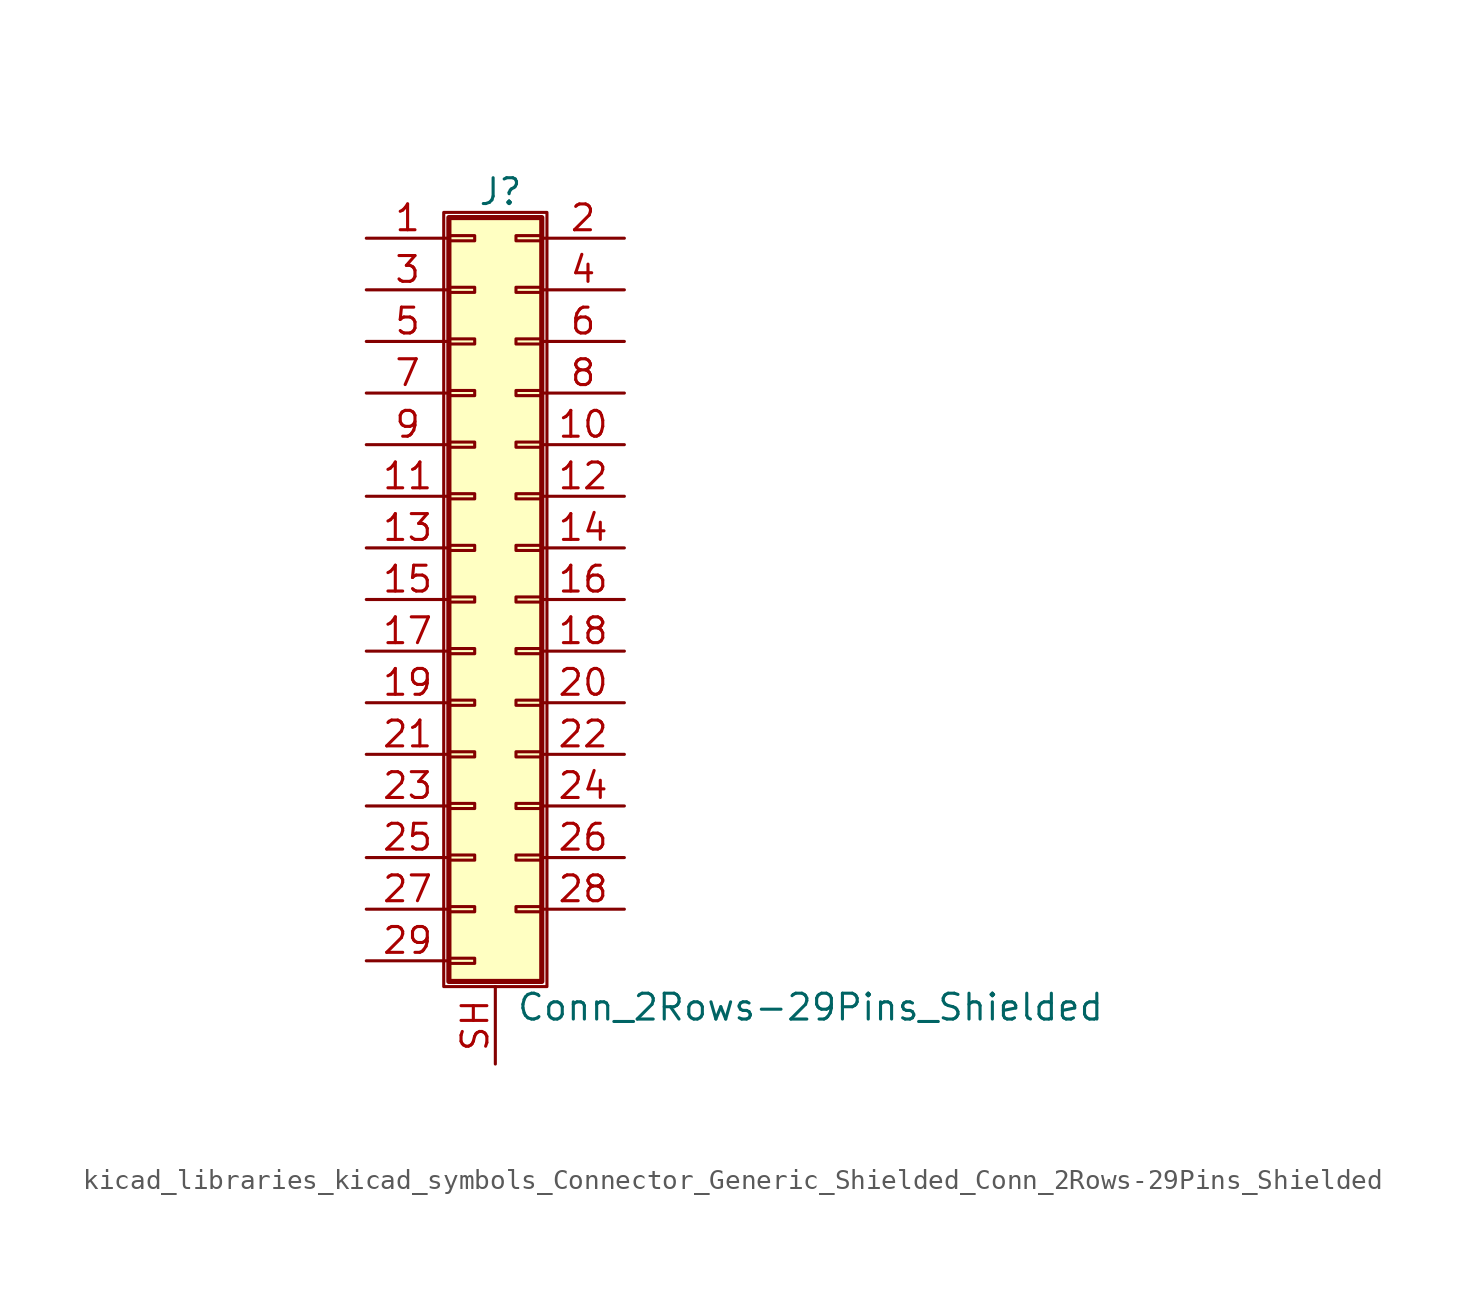
<source format=kicad_sym>
(kicad_symbol_lib
  (version 20220914)
  (generator kicad_symbol_editor)
  (symbol "kicad_libraries_kicad_symbols_Connector_Generic_Shielded_Conn_2Rows-29Pins_Shielded"
    (pin_names
      (offset 1.016) hide)
    (property "Reference" "J"
      (at 1.524 20.066 0)
      (effects (font (size 1.27 1.27))))
    (property "Value" "Conn_2Rows-29Pins_Shielded"
      (at 2.286 -20.066 0)
      (effects (font (size 1.27 1.27)) (justify left)))
    (symbol "kicad_libraries_kicad_symbols_Connector_Generic_Shielded_Conn_2Rows-29Pins_Shielded_1_1"
      (rectangle (start -1.27 19.05) (end 3.81 -19.05) (stroke (width 0.152) (type default)) (fill (type none)))
      (rectangle (start -1.016 -17.653) (end 0.254 -17.907) (stroke (width 0.152) (type default)) (fill (type none)))
      (rectangle (start -1.016 -15.113) (end 0.254 -15.367) (stroke (width 0.152) (type default)) (fill (type none)))
      (rectangle (start -1.016 -12.573) (end 0.254 -12.827) (stroke (width 0.152) (type default)) (fill (type none)))
      (rectangle (start -1.016 -10.033) (end 0.254 -10.287) (stroke (width 0.152) (type default)) (fill (type none)))
      (rectangle (start -1.016 -7.493) (end 0.254 -7.747) (stroke (width 0.152) (type default)) (fill (type none)))
      (rectangle (start -1.016 -4.953) (end 0.254 -5.207) (stroke (width 0.152) (type default)) (fill (type none)))
      (rectangle (start -1.016 -2.413) (end 0.254 -2.667) (stroke (width 0.152) (type default)) (fill (type none)))
      (rectangle (start -1.016 0.127) (end 0.254 -0.127) (stroke (width 0.152) (type default)) (fill (type none)))
      (rectangle (start -1.016 2.667) (end 0.254 2.413) (stroke (width 0.152) (type default)) (fill (type none)))
      (rectangle (start -1.016 5.207) (end 0.254 4.953) (stroke (width 0.152) (type default)) (fill (type none)))
      (rectangle (start -1.016 7.747) (end 0.254 7.493) (stroke (width 0.152) (type default)) (fill (type none)))
      (rectangle (start -1.016 10.287) (end 0.254 10.033) (stroke (width 0.152) (type default)) (fill (type none)))
      (rectangle (start -1.016 12.827) (end 0.254 12.573) (stroke (width 0.152) (type default)) (fill (type none)))
      (rectangle (start -1.016 15.367) (end 0.254 15.113) (stroke (width 0.152) (type default)) (fill (type none)))
      (rectangle (start -1.016 17.907) (end 0.254 17.653) (stroke (width 0.152) (type default)) (fill (type none)))
      (rectangle (start -1.016 18.796) (end 3.556 -18.796) (stroke (width 0.254) (type default)) (fill (type background)))
      (rectangle (start 3.556 -15.113) (end 2.286 -15.367) (stroke (width 0.152) (type default)) (fill (type none)))
      (rectangle (start 3.556 -12.573) (end 2.286 -12.827) (stroke (width 0.152) (type default)) (fill (type none)))
      (rectangle (start 3.556 -10.033) (end 2.286 -10.287) (stroke (width 0.152) (type default)) (fill (type none)))
      (rectangle (start 3.556 -7.493) (end 2.286 -7.747) (stroke (width 0.152) (type default)) (fill (type none)))
      (rectangle (start 3.556 -4.953) (end 2.286 -5.207) (stroke (width 0.152) (type default)) (fill (type none)))
      (rectangle (start 3.556 -2.413) (end 2.286 -2.667) (stroke (width 0.152) (type default)) (fill (type none)))
      (rectangle (start 3.556 0.127) (end 2.286 -0.127) (stroke (width 0.152) (type default)) (fill (type none)))
      (rectangle (start 3.556 2.667) (end 2.286 2.413) (stroke (width 0.152) (type default)) (fill (type none)))
      (rectangle (start 3.556 5.207) (end 2.286 4.953) (stroke (width 0.152) (type default)) (fill (type none)))
      (rectangle (start 3.556 7.747) (end 2.286 7.493) (stroke (width 0.152) (type default)) (fill (type none)))
      (rectangle (start 3.556 10.287) (end 2.286 10.033) (stroke (width 0.152) (type default)) (fill (type none)))
      (rectangle (start 3.556 12.827) (end 2.286 12.573) (stroke (width 0.152) (type default)) (fill (type none)))
      (rectangle (start 3.556 15.367) (end 2.286 15.113) (stroke (width 0.152) (type default)) (fill (type none)))
      (rectangle (start 3.556 17.907) (end 2.286 17.653) (stroke (width 0.152) (type default)) (fill (type none)))
      (pin passive line (at -5.08 17.78 0) (length 4.064) (name "Pin_1" (effects (font (size 1.27 1.27)))) (number "1" (effects (font (size 1.27 1.27)))))
      (pin passive line (at 7.62 7.62 180) (length 4.064) (name "Pin_10" (effects (font (size 1.27 1.27)))) (number "10" (effects (font (size 1.27 1.27)))))
      (pin passive line (at -5.08 5.08 0) (length 4.064) (name "Pin_11" (effects (font (size 1.27 1.27)))) (number "11" (effects (font (size 1.27 1.27)))))
      (pin passive line (at 7.62 5.08 180) (length 4.064) (name "Pin_12" (effects (font (size 1.27 1.27)))) (number "12" (effects (font (size 1.27 1.27)))))
      (pin passive line (at -5.08 2.54 0) (length 4.064) (name "Pin_13" (effects (font (size 1.27 1.27)))) (number "13" (effects (font (size 1.27 1.27)))))
      (pin passive line (at 7.62 2.54 180) (length 4.064) (name "Pin_14" (effects (font (size 1.27 1.27)))) (number "14" (effects (font (size 1.27 1.27)))))
      (pin passive line (at -5.08 0 0) (length 4.064) (name "Pin_15" (effects (font (size 1.27 1.27)))) (number "15" (effects (font (size 1.27 1.27)))))
      (pin passive line (at 7.62 0 180) (length 4.064) (name "Pin_16" (effects (font (size 1.27 1.27)))) (number "16" (effects (font (size 1.27 1.27)))))
      (pin passive line (at -5.08 -2.54 0) (length 4.064) (name "Pin_17" (effects (font (size 1.27 1.27)))) (number "17" (effects (font (size 1.27 1.27)))))
      (pin passive line (at 7.62 -2.54 180) (length 4.064) (name "Pin_18" (effects (font (size 1.27 1.27)))) (number "18" (effects (font (size 1.27 1.27)))))
      (pin passive line (at -5.08 -5.08 0) (length 4.064) (name "Pin_19" (effects (font (size 1.27 1.27)))) (number "19" (effects (font (size 1.27 1.27)))))
      (pin passive line (at 7.62 17.78 180) (length 4.064) (name "Pin_2" (effects (font (size 1.27 1.27)))) (number "2" (effects (font (size 1.27 1.27)))))
      (pin passive line (at 7.62 -5.08 180) (length 4.064) (name "Pin_20" (effects (font (size 1.27 1.27)))) (number "20" (effects (font (size 1.27 1.27)))))
      (pin passive line (at -5.08 -7.62 0) (length 4.064) (name "Pin_21" (effects (font (size 1.27 1.27)))) (number "21" (effects (font (size 1.27 1.27)))))
      (pin passive line (at 7.62 -7.62 180) (length 4.064) (name "Pin_22" (effects (font (size 1.27 1.27)))) (number "22" (effects (font (size 1.27 1.27)))))
      (pin passive line (at -5.08 -10.16 0) (length 4.064) (name "Pin_23" (effects (font (size 1.27 1.27)))) (number "23" (effects (font (size 1.27 1.27)))))
      (pin passive line (at 7.62 -10.16 180) (length 4.064) (name "Pin_24" (effects (font (size 1.27 1.27)))) (number "24" (effects (font (size 1.27 1.27)))))
      (pin passive line (at -5.08 -12.7 0) (length 4.064) (name "Pin_25" (effects (font (size 1.27 1.27)))) (number "25" (effects (font (size 1.27 1.27)))))
      (pin passive line (at 7.62 -12.7 180) (length 4.064) (name "Pin_26" (effects (font (size 1.27 1.27)))) (number "26" (effects (font (size 1.27 1.27)))))
      (pin passive line (at -5.08 -15.24 0) (length 4.064) (name "Pin_27" (effects (font (size 1.27 1.27)))) (number "27" (effects (font (size 1.27 1.27)))))
      (pin passive line (at 7.62 -15.24 180) (length 4.064) (name "Pin_28" (effects (font (size 1.27 1.27)))) (number "28" (effects (font (size 1.27 1.27)))))
      (pin passive line (at -5.08 -17.78 0) (length 4.064) (name "Pin_29" (effects (font (size 1.27 1.27)))) (number "29" (effects (font (size 1.27 1.27)))))
      (pin passive line (at -5.08 15.24 0) (length 4.064) (name "Pin_3" (effects (font (size 1.27 1.27)))) (number "3" (effects (font (size 1.27 1.27)))))
      (pin passive line (at 7.62 15.24 180) (length 4.064) (name "Pin_4" (effects (font (size 1.27 1.27)))) (number "4" (effects (font (size 1.27 1.27)))))
      (pin passive line (at -5.08 12.7 0) (length 4.064) (name "Pin_5" (effects (font (size 1.27 1.27)))) (number "5" (effects (font (size 1.27 1.27)))))
      (pin passive line (at 7.62 12.7 180) (length 4.064) (name "Pin_6" (effects (font (size 1.27 1.27)))) (number "6" (effects (font (size 1.27 1.27)))))
      (pin passive line (at -5.08 10.16 0) (length 4.064) (name "Pin_7" (effects (font (size 1.27 1.27)))) (number "7" (effects (font (size 1.27 1.27)))))
      (pin passive line (at 7.62 10.16 180) (length 4.064) (name "Pin_8" (effects (font (size 1.27 1.27)))) (number "8" (effects (font (size 1.27 1.27)))))
      (pin passive line (at -5.08 7.62 0) (length 4.064) (name "Pin_9" (effects (font (size 1.27 1.27)))) (number "9" (effects (font (size 1.27 1.27)))))
      (pin passive line (at 1.27 -22.86 90) (length 3.81) (name "Shield" (effects (font (size 1.27 1.27)))) (number "SH" (effects (font (size 1.27 1.27))))))))
</source>
